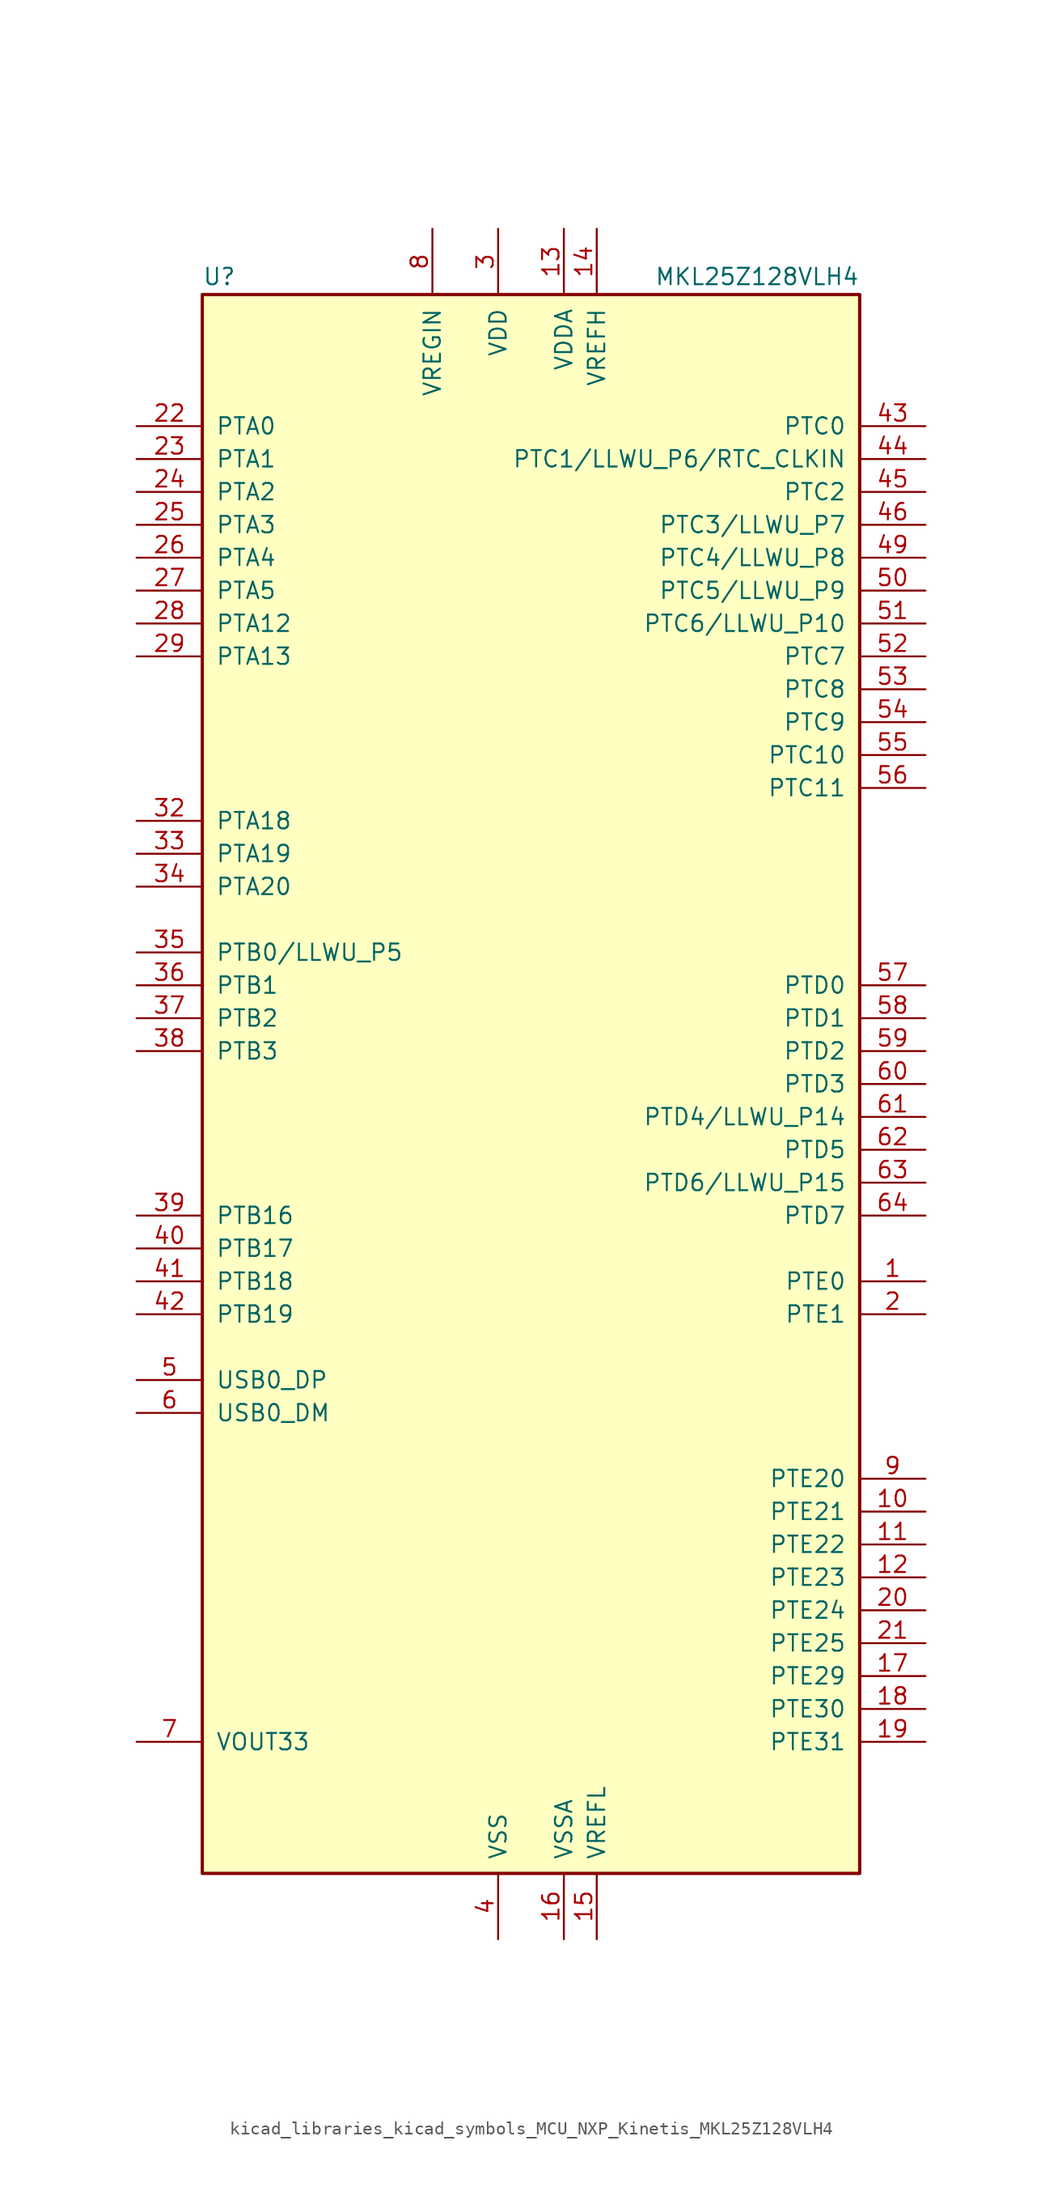
<source format=kicad_sym>
(kicad_symbol_lib
  (version 20220914)
  (generator kicad_symbol_editor)
  (symbol "kicad_libraries_kicad_symbols_MCU_NXP_Kinetis_MKL25Z128VLH4"
    (pin_names
      (offset 1.016))
    (property "Reference" "U"
      (at -25.4 61.595 0)
      (effects (font (size 1.27 1.27)) (justify left bottom)))
    (property "Value" "MKL25Z128VLH4"
      (at 25.4 61.595 0)
      (effects (font (size 1.27 1.27)) (justify right bottom)))
    (symbol "kicad_libraries_kicad_symbols_MCU_NXP_Kinetis_MKL25Z128VLH4_0_1"
      (rectangle (start -25.4 60.96) (end 25.4 -60.96) (stroke (width 0.254) (type default)) (fill (type background))))
    (symbol "kicad_libraries_kicad_symbols_MCU_NXP_Kinetis_MKL25Z128VLH4_1_1"
      (pin bidirectional line (at 30.48 -15.24 180) (length 5.08) (name "PTE0" (effects (font (size 1.27 1.27)))) (number "1" (effects (font (size 1.27 1.27)))))
      (pin bidirectional line (at 30.48 -33.02 180) (length 5.08) (name "PTE21" (effects (font (size 1.27 1.27)))) (number "10" (effects (font (size 1.27 1.27)))))
      (pin bidirectional line (at 30.48 -35.56 180) (length 5.08) (name "PTE22" (effects (font (size 1.27 1.27)))) (number "11" (effects (font (size 1.27 1.27)))))
      (pin bidirectional line (at 30.48 -38.1 180) (length 5.08) (name "PTE23" (effects (font (size 1.27 1.27)))) (number "12" (effects (font (size 1.27 1.27)))))
      (pin power_in line (at 2.54 66.04 270) (length 5.08) (name "VDDA" (effects (font (size 1.27 1.27)))) (number "13" (effects (font (size 1.27 1.27)))))
      (pin power_in line (at 5.08 66.04 270) (length 5.08) (name "VREFH" (effects (font (size 1.27 1.27)))) (number "14" (effects (font (size 1.27 1.27)))))
      (pin power_in line (at 5.08 -66.04 90) (length 5.08) (name "VREFL" (effects (font (size 1.27 1.27)))) (number "15" (effects (font (size 1.27 1.27)))))
      (pin power_in line (at 2.54 -66.04 90) (length 5.08) (name "VSSA" (effects (font (size 1.27 1.27)))) (number "16" (effects (font (size 1.27 1.27)))))
      (pin bidirectional line (at 30.48 -45.72 180) (length 5.08) (name "PTE29" (effects (font (size 1.27 1.27)))) (number "17" (effects (font (size 1.27 1.27)))))
      (pin bidirectional line (at 30.48 -48.26 180) (length 5.08) (name "PTE30" (effects (font (size 1.27 1.27)))) (number "18" (effects (font (size 1.27 1.27)))))
      (pin bidirectional line (at 30.48 -50.8 180) (length 5.08) (name "PTE31" (effects (font (size 1.27 1.27)))) (number "19" (effects (font (size 1.27 1.27)))))
      (pin bidirectional line (at 30.48 -17.78 180) (length 5.08) (name "PTE1" (effects (font (size 1.27 1.27)))) (number "2" (effects (font (size 1.27 1.27)))))
      (pin bidirectional line (at 30.48 -40.64 180) (length 5.08) (name "PTE24" (effects (font (size 1.27 1.27)))) (number "20" (effects (font (size 1.27 1.27)))))
      (pin bidirectional line (at 30.48 -43.18 180) (length 5.08) (name "PTE25" (effects (font (size 1.27 1.27)))) (number "21" (effects (font (size 1.27 1.27)))))
      (pin bidirectional line (at -30.48 50.8 0) (length 5.08) (name "PTA0" (effects (font (size 1.27 1.27)))) (number "22" (effects (font (size 1.27 1.27)))))
      (pin bidirectional line (at -30.48 48.26 0) (length 5.08) (name "PTA1" (effects (font (size 1.27 1.27)))) (number "23" (effects (font (size 1.27 1.27)))))
      (pin bidirectional line (at -30.48 45.72 0) (length 5.08) (name "PTA2" (effects (font (size 1.27 1.27)))) (number "24" (effects (font (size 1.27 1.27)))))
      (pin bidirectional line (at -30.48 43.18 0) (length 5.08) (name "PTA3" (effects (font (size 1.27 1.27)))) (number "25" (effects (font (size 1.27 1.27)))))
      (pin bidirectional line (at -30.48 40.64 0) (length 5.08) (name "PTA4" (effects (font (size 1.27 1.27)))) (number "26" (effects (font (size 1.27 1.27)))))
      (pin bidirectional line (at -30.48 38.1 0) (length 5.08) (name "PTA5" (effects (font (size 1.27 1.27)))) (number "27" (effects (font (size 1.27 1.27)))))
      (pin bidirectional line (at -30.48 35.56 0) (length 5.08) (name "PTA12" (effects (font (size 1.27 1.27)))) (number "28" (effects (font (size 1.27 1.27)))))
      (pin bidirectional line (at -30.48 33.02 0) (length 5.08) (name "PTA13" (effects (font (size 1.27 1.27)))) (number "29" (effects (font (size 1.27 1.27)))))
      (pin power_in line (at -2.54 66.04 270) (length 5.08) (name "VDD" (effects (font (size 1.27 1.27)))) (number "3" (effects (font (size 1.27 1.27)))))
      (pin passive line (at -2.54 66.04 270) (length 5.08) hide (name "VDD" (effects (font (size 1.27 1.27)))) (number "30" (effects (font (size 1.27 1.27)))))
      (pin passive line (at -2.54 -66.04 90) (length 5.08) hide (name "VSS" (effects (font (size 1.27 1.27)))) (number "31" (effects (font (size 1.27 1.27)))))
      (pin bidirectional line (at -30.48 20.32 0) (length 5.08) (name "PTA18" (effects (font (size 1.27 1.27)))) (number "32" (effects (font (size 1.27 1.27)))))
      (pin bidirectional line (at -30.48 17.78 0) (length 5.08) (name "PTA19" (effects (font (size 1.27 1.27)))) (number "33" (effects (font (size 1.27 1.27)))))
      (pin bidirectional line (at -30.48 15.24 0) (length 5.08) (name "PTA20" (effects (font (size 1.27 1.27)))) (number "34" (effects (font (size 1.27 1.27)))))
      (pin bidirectional line (at -30.48 10.16 0) (length 5.08) (name "PTB0/LLWU_P5" (effects (font (size 1.27 1.27)))) (number "35" (effects (font (size 1.27 1.27)))))
      (pin bidirectional line (at -30.48 7.62 0) (length 5.08) (name "PTB1" (effects (font (size 1.27 1.27)))) (number "36" (effects (font (size 1.27 1.27)))))
      (pin bidirectional line (at -30.48 5.08 0) (length 5.08) (name "PTB2" (effects (font (size 1.27 1.27)))) (number "37" (effects (font (size 1.27 1.27)))))
      (pin bidirectional line (at -30.48 2.54 0) (length 5.08) (name "PTB3" (effects (font (size 1.27 1.27)))) (number "38" (effects (font (size 1.27 1.27)))))
      (pin bidirectional line (at -30.48 -10.16 0) (length 5.08) (name "PTB16" (effects (font (size 1.27 1.27)))) (number "39" (effects (font (size 1.27 1.27)))))
      (pin power_in line (at -2.54 -66.04 90) (length 5.08) (name "VSS" (effects (font (size 1.27 1.27)))) (number "4" (effects (font (size 1.27 1.27)))))
      (pin bidirectional line (at -30.48 -12.7 0) (length 5.08) (name "PTB17" (effects (font (size 1.27 1.27)))) (number "40" (effects (font (size 1.27 1.27)))))
      (pin bidirectional line (at -30.48 -15.24 0) (length 5.08) (name "PTB18" (effects (font (size 1.27 1.27)))) (number "41" (effects (font (size 1.27 1.27)))))
      (pin bidirectional line (at -30.48 -17.78 0) (length 5.08) (name "PTB19" (effects (font (size 1.27 1.27)))) (number "42" (effects (font (size 1.27 1.27)))))
      (pin bidirectional line (at 30.48 50.8 180) (length 5.08) (name "PTC0" (effects (font (size 1.27 1.27)))) (number "43" (effects (font (size 1.27 1.27)))))
      (pin bidirectional line (at 30.48 48.26 180) (length 5.08) (name "PTC1/LLWU_P6/RTC_CLKIN" (effects (font (size 1.27 1.27)))) (number "44" (effects (font (size 1.27 1.27)))))
      (pin bidirectional line (at 30.48 45.72 180) (length 5.08) (name "PTC2" (effects (font (size 1.27 1.27)))) (number "45" (effects (font (size 1.27 1.27)))))
      (pin bidirectional line (at 30.48 43.18 180) (length 5.08) (name "PTC3/LLWU_P7" (effects (font (size 1.27 1.27)))) (number "46" (effects (font (size 1.27 1.27)))))
      (pin passive line (at -2.54 -66.04 90) (length 5.08) hide (name "VSS" (effects (font (size 1.27 1.27)))) (number "47" (effects (font (size 1.27 1.27)))))
      (pin passive line (at -2.54 66.04 270) (length 5.08) hide (name "VDD" (effects (font (size 1.27 1.27)))) (number "48" (effects (font (size 1.27 1.27)))))
      (pin bidirectional line (at 30.48 40.64 180) (length 5.08) (name "PTC4/LLWU_P8" (effects (font (size 1.27 1.27)))) (number "49" (effects (font (size 1.27 1.27)))))
      (pin bidirectional line (at -30.48 -22.86 0) (length 5.08) (name "USB0_DP" (effects (font (size 1.27 1.27)))) (number "5" (effects (font (size 1.27 1.27)))))
      (pin bidirectional line (at 30.48 38.1 180) (length 5.08) (name "PTC5/LLWU_P9" (effects (font (size 1.27 1.27)))) (number "50" (effects (font (size 1.27 1.27)))))
      (pin bidirectional line (at 30.48 35.56 180) (length 5.08) (name "PTC6/LLWU_P10" (effects (font (size 1.27 1.27)))) (number "51" (effects (font (size 1.27 1.27)))))
      (pin bidirectional line (at 30.48 33.02 180) (length 5.08) (name "PTC7" (effects (font (size 1.27 1.27)))) (number "52" (effects (font (size 1.27 1.27)))))
      (pin bidirectional line (at 30.48 30.48 180) (length 5.08) (name "PTC8" (effects (font (size 1.27 1.27)))) (number "53" (effects (font (size 1.27 1.27)))))
      (pin bidirectional line (at 30.48 27.94 180) (length 5.08) (name "PTC9" (effects (font (size 1.27 1.27)))) (number "54" (effects (font (size 1.27 1.27)))))
      (pin bidirectional line (at 30.48 25.4 180) (length 5.08) (name "PTC10" (effects (font (size 1.27 1.27)))) (number "55" (effects (font (size 1.27 1.27)))))
      (pin bidirectional line (at 30.48 22.86 180) (length 5.08) (name "PTC11" (effects (font (size 1.27 1.27)))) (number "56" (effects (font (size 1.27 1.27)))))
      (pin bidirectional line (at 30.48 7.62 180) (length 5.08) (name "PTD0" (effects (font (size 1.27 1.27)))) (number "57" (effects (font (size 1.27 1.27)))))
      (pin bidirectional line (at 30.48 5.08 180) (length 5.08) (name "PTD1" (effects (font (size 1.27 1.27)))) (number "58" (effects (font (size 1.27 1.27)))))
      (pin bidirectional line (at 30.48 2.54 180) (length 5.08) (name "PTD2" (effects (font (size 1.27 1.27)))) (number "59" (effects (font (size 1.27 1.27)))))
      (pin bidirectional line (at -30.48 -25.4 0) (length 5.08) (name "USB0_DM" (effects (font (size 1.27 1.27)))) (number "6" (effects (font (size 1.27 1.27)))))
      (pin bidirectional line (at 30.48 0 180) (length 5.08) (name "PTD3" (effects (font (size 1.27 1.27)))) (number "60" (effects (font (size 1.27 1.27)))))
      (pin bidirectional line (at 30.48 -2.54 180) (length 5.08) (name "PTD4/LLWU_P14" (effects (font (size 1.27 1.27)))) (number "61" (effects (font (size 1.27 1.27)))))
      (pin bidirectional line (at 30.48 -5.08 180) (length 5.08) (name "PTD5" (effects (font (size 1.27 1.27)))) (number "62" (effects (font (size 1.27 1.27)))))
      (pin bidirectional line (at 30.48 -7.62 180) (length 5.08) (name "PTD6/LLWU_P15" (effects (font (size 1.27 1.27)))) (number "63" (effects (font (size 1.27 1.27)))))
      (pin bidirectional line (at 30.48 -10.16 180) (length 5.08) (name "PTD7" (effects (font (size 1.27 1.27)))) (number "64" (effects (font (size 1.27 1.27)))))
      (pin power_out line (at -30.48 -50.8 0) (length 5.08) (name "VOUT33" (effects (font (size 1.27 1.27)))) (number "7" (effects (font (size 1.27 1.27)))))
      (pin power_in line (at -7.62 66.04 270) (length 5.08) (name "VREGIN" (effects (font (size 1.27 1.27)))) (number "8" (effects (font (size 1.27 1.27)))))
      (pin bidirectional line (at 30.48 -30.48 180) (length 5.08) (name "PTE20" (effects (font (size 1.27 1.27)))) (number "9" (effects (font (size 1.27 1.27))))))))
</source>
